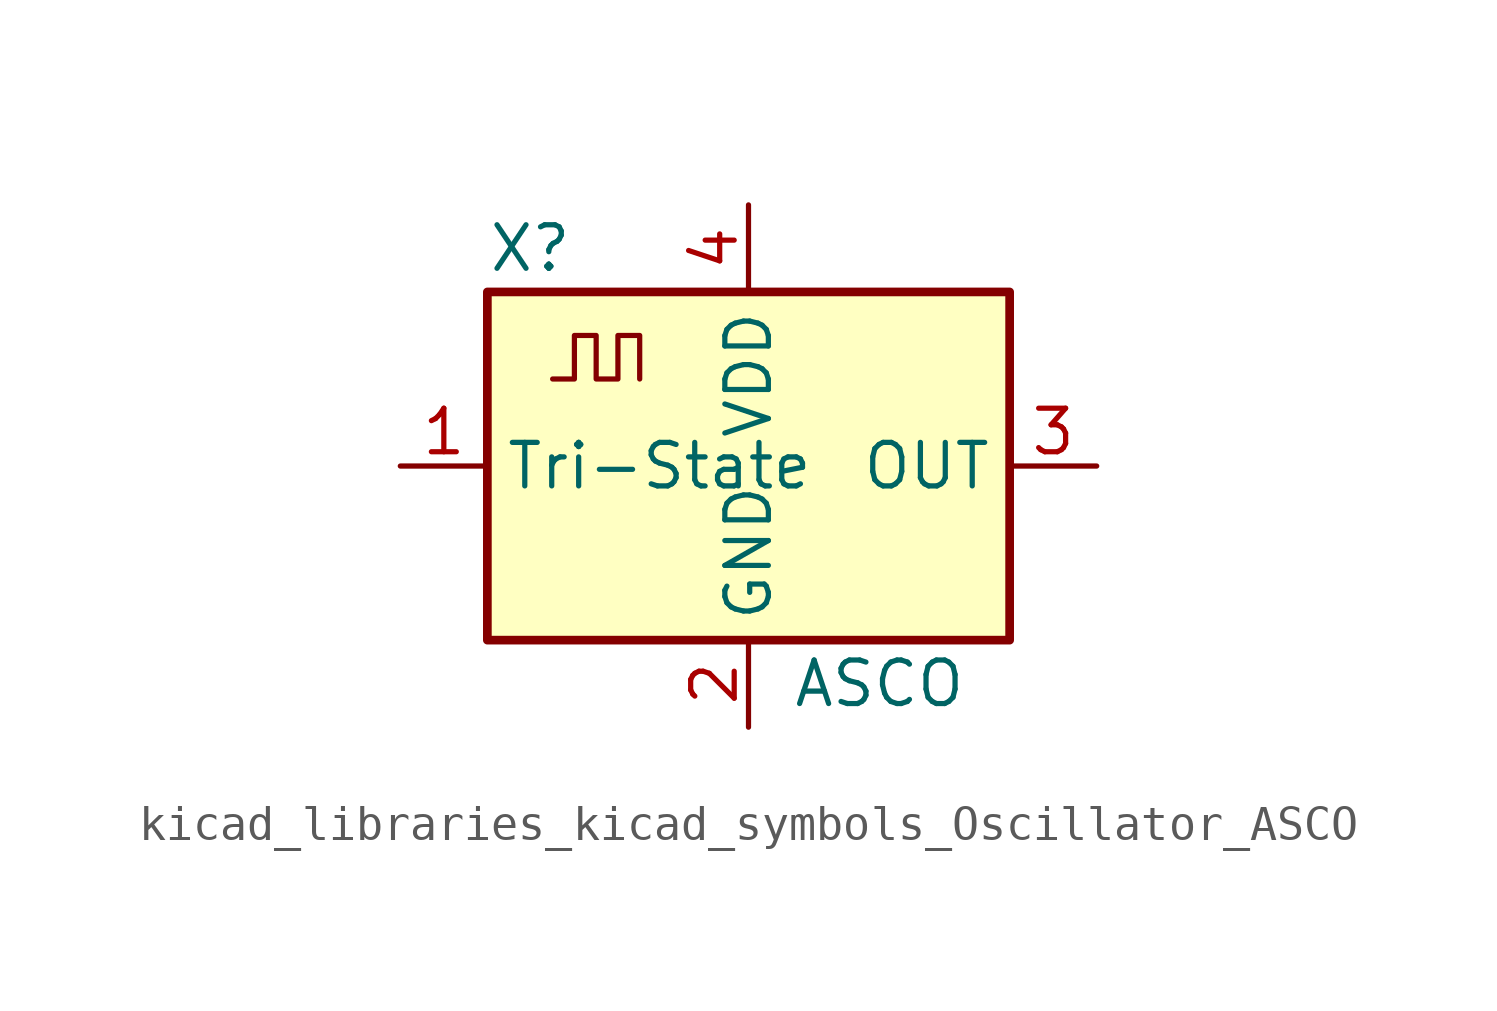
<source format=kicad_sym>
(kicad_symbol_lib
  (version 20220914)
  (generator kicad_symbol_editor)
  (symbol "kicad_libraries_kicad_symbols_Oscillator_ASCO"
    (property "Reference" "X"
      (at -7.62 6.35 0)
      (effects (font (size 1.27 1.27)) (justify left)))
    (property "Value" "ASCO"
      (at 1.27 -6.35 0)
      (effects (font (size 1.27 1.27)) (justify left)))
    (symbol "kicad_libraries_kicad_symbols_Oscillator_ASCO_0_1"
      (rectangle (start -7.62 5.08) (end 7.62 -5.08) (stroke (width 0.254) (type default)) (fill (type background)))
      (polyline (pts (xy -5.715 2.54) (xy -5.08 2.54) (xy -5.08 3.81) (xy -4.445 3.81) (xy -4.445 2.54) (xy -3.81 2.54) (xy -3.81 3.81) (xy -3.175 3.81) (xy -3.175 2.54)) (stroke (width 0) (type default)) (fill (type none))))
    (symbol "kicad_libraries_kicad_symbols_Oscillator_ASCO_1_1"
      (pin input line (at -10.16 0 0) (length 2.54) (name "Tri-State" (effects (font (size 1.27 1.27)))) (number "1" (effects (font (size 1.27 1.27)))))
      (pin power_in line (at 0 -7.62 90) (length 2.54) (name "GND" (effects (font (size 1.27 1.27)))) (number "2" (effects (font (size 1.27 1.27)))))
      (pin output line (at 10.16 0 180) (length 2.54) (name "OUT" (effects (font (size 1.27 1.27)))) (number "3" (effects (font (size 1.27 1.27)))))
      (pin power_in line (at 0 7.62 270) (length 2.54) (name "VDD" (effects (font (size 1.27 1.27)))) (number "4" (effects (font (size 1.27 1.27))))))))
</source>
